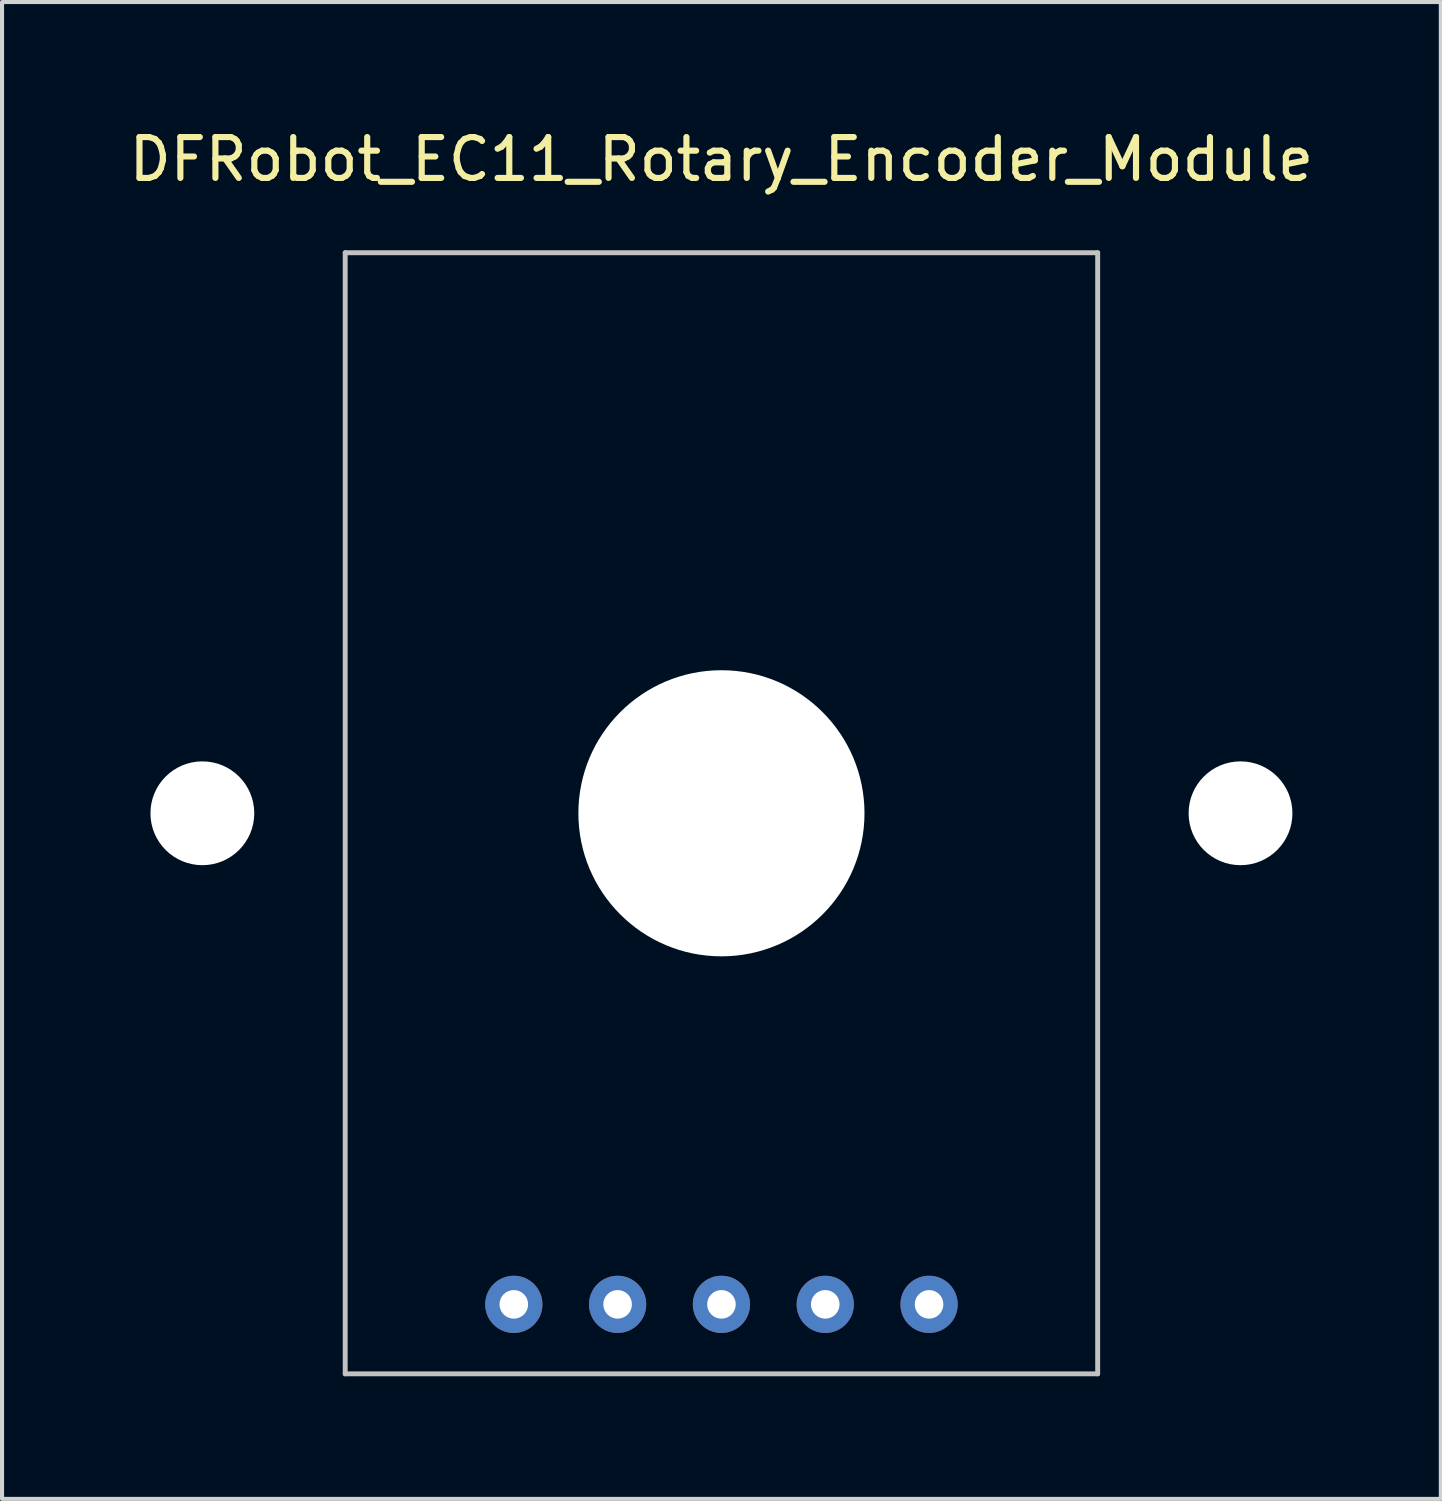
<source format=kicad_pcb>
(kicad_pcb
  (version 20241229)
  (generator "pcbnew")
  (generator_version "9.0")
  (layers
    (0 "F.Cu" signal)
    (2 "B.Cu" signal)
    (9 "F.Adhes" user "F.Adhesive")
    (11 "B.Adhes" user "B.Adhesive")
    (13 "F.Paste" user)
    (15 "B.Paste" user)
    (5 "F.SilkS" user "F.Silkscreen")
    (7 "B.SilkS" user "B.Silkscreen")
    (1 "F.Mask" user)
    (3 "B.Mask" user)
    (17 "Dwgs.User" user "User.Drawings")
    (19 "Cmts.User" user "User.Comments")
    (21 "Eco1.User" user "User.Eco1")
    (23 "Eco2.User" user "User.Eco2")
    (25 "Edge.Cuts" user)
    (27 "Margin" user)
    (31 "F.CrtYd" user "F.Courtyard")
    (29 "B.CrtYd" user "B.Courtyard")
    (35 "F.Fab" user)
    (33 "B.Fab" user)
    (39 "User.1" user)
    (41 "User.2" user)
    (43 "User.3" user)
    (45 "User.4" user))
  (footprint "DFRobot_EC11_Rotary_Encoder_Module"
    (layer "F.Cu")
    (at 14.601 16.848)
    (property "Reference" "DFRobot_EC11_Rotary_Encoder_Module" (at 0 -16 0) (unlocked yes) (layer "F.SilkS") (effects (font (size 1 1) (thickness 0.15))))
    (attr through_hole)
    (fp_line (start -9.205 -13.715) (end -9.205 13.715) (stroke (width 0.12) (type solid)) (layer "Dwgs.User"))
    (fp_line (start -9.205 -13.715) (end 9.205 -13.715) (stroke (width 0.12) (type solid)) (layer "Dwgs.User"))
    (fp_line (start -9.205 13.715) (end 9.205 13.715) (stroke (width 0.12) (type solid)) (layer "Dwgs.User"))
    (fp_line (start 9.205 13.715) (end 9.205 -13.715) (stroke (width 0.12) (type solid)) (layer "Dwgs.User"))
    (pad "" np_thru_hole circle (at -12.7 0) (size 2.54 2.54) (drill 2.54) (layers "*.Cu" "*.Mask"))
    (pad "" np_thru_hole circle (at 0 0) (size 7 7) (drill 7) (layers "*.Cu" "*.Mask"))
    (pad "" np_thru_hole circle (at 12.7 0) (size 2.54 2.54) (drill 2.54) (layers "*.Cu" "*.Mask"))
    (pad "1" thru_hole circle (at -5.08 12.015) (size 1.4 1.4) (drill 0.7) (layers "*.Cu" "F.Mask"))
    (pad "2" thru_hole circle (at -2.54 12.015) (size 1.4 1.4) (drill 0.7) (layers "*.Cu" "F.Mask"))
    (pad "3" thru_hole circle (at 0 12.015) (size 1.4 1.4) (drill 0.7) (layers "*.Cu" "F.Mask"))
    (pad "4" thru_hole circle (at 2.54 12.015) (size 1.4 1.4) (drill 0.7) (layers "*.Cu" "F.Mask"))
    (pad "5" thru_hole circle (at 5.08 12.015) (size 1.4 1.4) (drill 0.7) (layers "*.Cu" "F.Mask")))
  (gr_rect
    (start -3 -3)
    (end 32.202 33.623)
    (stroke (width 0.1) (type default))
    (fill no)
    (layer "Edge.Cuts")))
</source>
